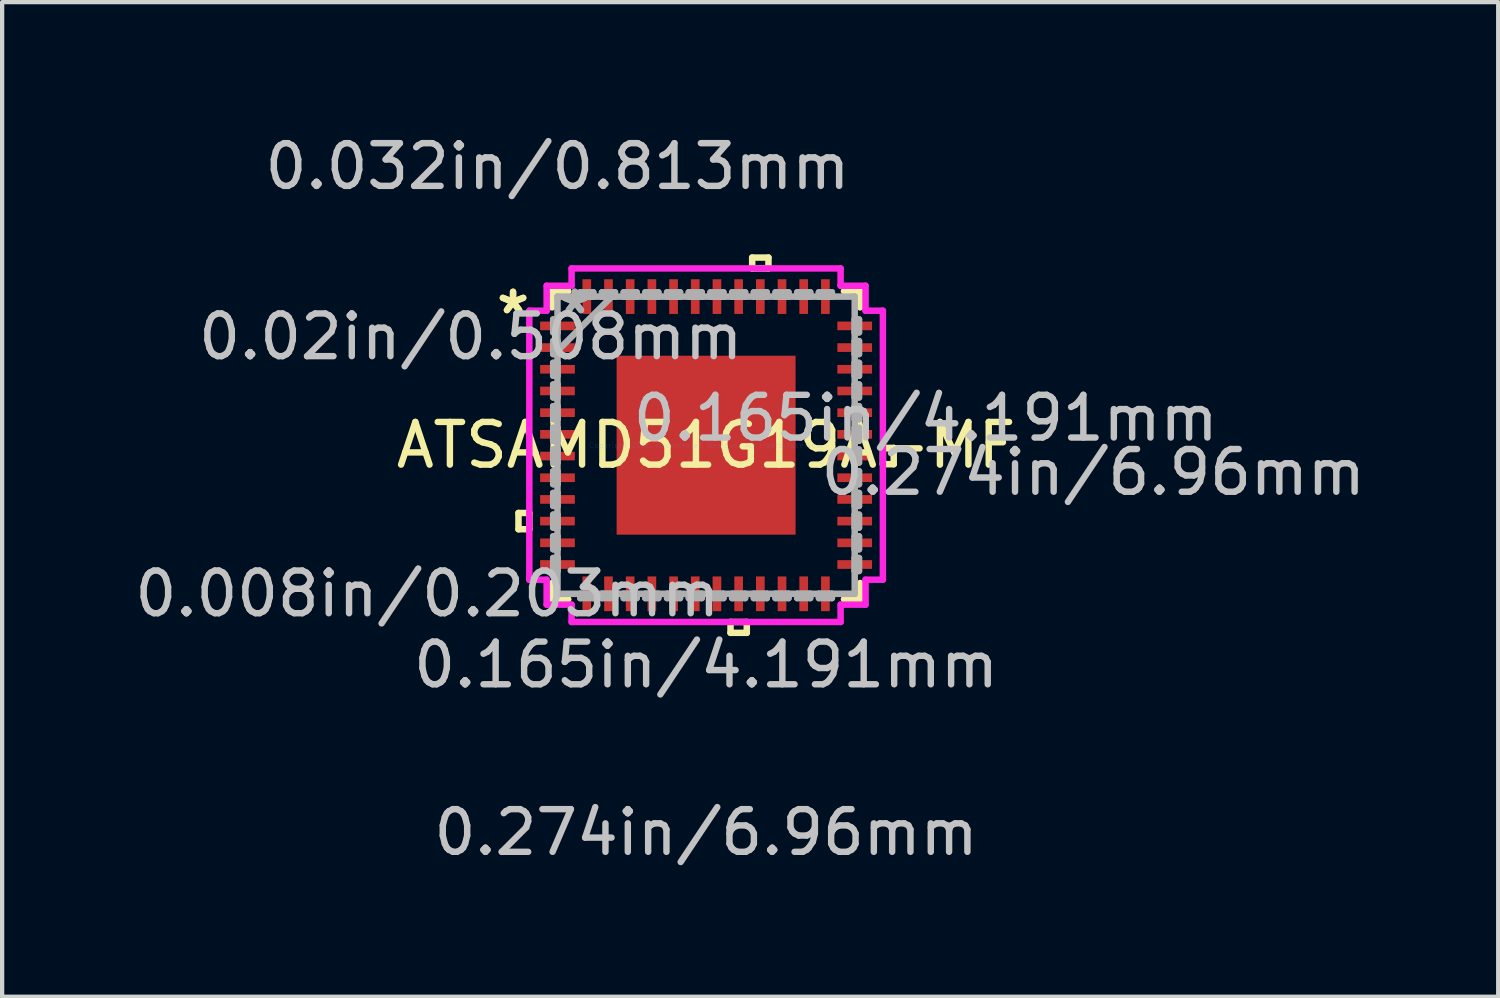
<source format=kicad_pcb>
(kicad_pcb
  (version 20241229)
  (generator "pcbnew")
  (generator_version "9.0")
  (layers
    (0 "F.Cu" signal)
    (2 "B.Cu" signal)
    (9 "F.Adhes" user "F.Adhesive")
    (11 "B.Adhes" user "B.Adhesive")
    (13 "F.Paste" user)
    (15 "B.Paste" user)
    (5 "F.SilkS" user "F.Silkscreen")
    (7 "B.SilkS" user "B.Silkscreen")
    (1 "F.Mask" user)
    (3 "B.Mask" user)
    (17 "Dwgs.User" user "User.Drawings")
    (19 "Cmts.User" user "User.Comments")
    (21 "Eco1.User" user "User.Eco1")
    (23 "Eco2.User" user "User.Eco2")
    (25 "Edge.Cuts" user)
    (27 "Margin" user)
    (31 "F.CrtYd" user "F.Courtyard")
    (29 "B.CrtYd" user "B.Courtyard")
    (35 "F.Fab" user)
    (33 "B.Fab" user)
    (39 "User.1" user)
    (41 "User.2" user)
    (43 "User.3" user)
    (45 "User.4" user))
  (footprint "ATSAMD51G19A-MF"
    (layer "F.Cu")
    (at 13.486 7.376)
    (property "Reference" "ATSAMD51G19A-MF" (at 0 0 0) (layer "F.SilkS") (effects (font (size 1 1) (thickness 0.15))))
    (attr through_hole)
    (fp_line (start -4.394 1.587) (end -4.394 1.968) (stroke (width 0.152) (type solid)) (layer "F.SilkS"))
    (fp_line (start -4.394 1.968) (end -4.14 1.968) (stroke (width 0.152) (type solid)) (layer "F.SilkS"))
    (fp_line (start -4.14 1.587) (end -4.394 1.587) (stroke (width 0.152) (type solid)) (layer "F.SilkS"))
    (fp_line (start -4.14 1.968) (end -4.14 1.587) (stroke (width 0.152) (type solid)) (layer "F.SilkS"))
    (fp_line (start -3.607 -3.607) (end -3.607 -3.228) (stroke (width 0.152) (type solid)) (layer "F.SilkS"))
    (fp_line (start -3.607 3.228) (end -3.607 3.607) (stroke (width 0.152) (type solid)) (layer "F.SilkS"))
    (fp_line (start -3.607 3.607) (end -3.228 3.607) (stroke (width 0.152) (type solid)) (layer "F.SilkS"))
    (fp_line (start -3.228 -3.607) (end -3.607 -3.607) (stroke (width 0.152) (type solid)) (layer "F.SilkS"))
    (fp_line (start 0.572 4.14) (end 0.572 4.394) (stroke (width 0.152) (type solid)) (layer "F.SilkS"))
    (fp_line (start 0.572 4.394) (end 0.953 4.394) (stroke (width 0.152) (type solid)) (layer "F.SilkS"))
    (fp_line (start 0.953 4.14) (end 0.572 4.14) (stroke (width 0.152) (type solid)) (layer "F.SilkS"))
    (fp_line (start 0.953 4.394) (end 0.953 4.14) (stroke (width 0.152) (type solid)) (layer "F.SilkS"))
    (fp_line (start 1.079 -4.394) (end 1.46 -4.394) (stroke (width 0.152) (type solid)) (layer "F.SilkS"))
    (fp_line (start 1.079 -4.14) (end 1.079 -4.394) (stroke (width 0.152) (type solid)) (layer "F.SilkS"))
    (fp_line (start 1.46 -4.394) (end 1.46 -4.14) (stroke (width 0.152) (type solid)) (layer "F.SilkS"))
    (fp_line (start 1.46 -4.14) (end 1.079 -4.14) (stroke (width 0.152) (type solid)) (layer "F.SilkS"))
    (fp_line (start 3.228 3.607) (end 3.607 3.607) (stroke (width 0.152) (type solid)) (layer "F.SilkS"))
    (fp_line (start 3.607 -3.607) (end 3.228 -3.607) (stroke (width 0.152) (type solid)) (layer "F.SilkS"))
    (fp_line (start 3.607 -3.228) (end 3.607 -3.607) (stroke (width 0.152) (type solid)) (layer "F.SilkS"))
    (fp_line (start 3.607 3.607) (end 3.607 3.228) (stroke (width 0.152) (type solid)) (layer "F.SilkS"))
    (fp_line (start 4.14 0.064) (end 4.394 0.064) (stroke (width 0.152) (type solid)) (layer "F.SilkS"))
    (fp_line (start 4.14 0.445) (end 4.14 0.064) (stroke (width 0.152) (type solid)) (layer "F.SilkS"))
    (fp_line (start 4.394 0.064) (end 4.394 0.445) (stroke (width 0.152) (type solid)) (layer "F.SilkS"))
    (fp_line (start 4.394 0.445) (end 4.14 0.445) (stroke (width 0.152) (type solid)) (layer "F.SilkS"))
    (fp_line (start -1.996 -1.996) (end -1.996 -0.798) (stroke (width 0.152) (type solid)) (layer "F.Paste"))
    (fp_line (start -1.996 -0.798) (end -0.798 -0.798) (stroke (width 0.152) (type solid)) (layer "F.Paste"))
    (fp_line (start -1.996 -0.599) (end -1.996 0.599) (stroke (width 0.152) (type solid)) (layer "F.Paste"))
    (fp_line (start -1.996 0.599) (end -0.798 0.599) (stroke (width 0.152) (type solid)) (layer "F.Paste"))
    (fp_line (start -1.996 0.798) (end -1.996 1.996) (stroke (width 0.152) (type solid)) (layer "F.Paste"))
    (fp_line (start -1.996 1.996) (end -0.798 1.996) (stroke (width 0.152) (type solid)) (layer "F.Paste"))
    (fp_line (start -0.798 -1.996) (end -1.996 -1.996) (stroke (width 0.152) (type solid)) (layer "F.Paste"))
    (fp_line (start -0.798 -0.798) (end -0.798 -1.996) (stroke (width 0.152) (type solid)) (layer "F.Paste"))
    (fp_line (start -0.798 -0.599) (end -1.996 -0.599) (stroke (width 0.152) (type solid)) (layer "F.Paste"))
    (fp_line (start -0.798 0.599) (end -0.798 -0.599) (stroke (width 0.152) (type solid)) (layer "F.Paste"))
    (fp_line (start -0.798 0.798) (end -1.996 0.798) (stroke (width 0.152) (type solid)) (layer "F.Paste"))
    (fp_line (start -0.798 1.996) (end -0.798 0.798) (stroke (width 0.152) (type solid)) (layer "F.Paste"))
    (fp_line (start -0.599 -1.996) (end -0.599 -0.798) (stroke (width 0.152) (type solid)) (layer "F.Paste"))
    (fp_line (start -0.599 -0.798) (end 0.599 -0.798) (stroke (width 0.152) (type solid)) (layer "F.Paste"))
    (fp_line (start -0.599 -0.599) (end -0.599 0.599) (stroke (width 0.152) (type solid)) (layer "F.Paste"))
    (fp_line (start -0.599 0.599) (end 0.599 0.599) (stroke (width 0.152) (type solid)) (layer "F.Paste"))
    (fp_line (start -0.599 0.798) (end -0.599 1.996) (stroke (width 0.152) (type solid)) (layer "F.Paste"))
    (fp_line (start -0.599 1.996) (end 0.599 1.996) (stroke (width 0.152) (type solid)) (layer "F.Paste"))
    (fp_line (start 0.599 -1.996) (end -0.599 -1.996) (stroke (width 0.152) (type solid)) (layer "F.Paste"))
    (fp_line (start 0.599 -0.798) (end 0.599 -1.996) (stroke (width 0.152) (type solid)) (layer "F.Paste"))
    (fp_line (start 0.599 -0.599) (end -0.599 -0.599) (stroke (width 0.152) (type solid)) (layer "F.Paste"))
    (fp_line (start 0.599 0.599) (end 0.599 -0.599) (stroke (width 0.152) (type solid)) (layer "F.Paste"))
    (fp_line (start 0.599 0.798) (end -0.599 0.798) (stroke (width 0.152) (type solid)) (layer "F.Paste"))
    (fp_line (start 0.599 1.996) (end 0.599 0.798) (stroke (width 0.152) (type solid)) (layer "F.Paste"))
    (fp_line (start 0.798 -1.996) (end 0.798 -0.798) (stroke (width 0.152) (type solid)) (layer "F.Paste"))
    (fp_line (start 0.798 -0.798) (end 1.996 -0.798) (stroke (width 0.152) (type solid)) (layer "F.Paste"))
    (fp_line (start 0.798 -0.599) (end 0.798 0.599) (stroke (width 0.152) (type solid)) (layer "F.Paste"))
    (fp_line (start 0.798 0.599) (end 1.996 0.599) (stroke (width 0.152) (type solid)) (layer "F.Paste"))
    (fp_line (start 0.798 0.798) (end 0.798 1.996) (stroke (width 0.152) (type solid)) (layer "F.Paste"))
    (fp_line (start 0.798 1.996) (end 1.996 1.996) (stroke (width 0.152) (type solid)) (layer "F.Paste"))
    (fp_line (start 1.996 -1.996) (end 0.798 -1.996) (stroke (width 0.152) (type solid)) (layer "F.Paste"))
    (fp_line (start 1.996 -0.798) (end 1.996 -1.996) (stroke (width 0.152) (type solid)) (layer "F.Paste"))
    (fp_line (start 1.996 -0.599) (end 0.798 -0.599) (stroke (width 0.152) (type solid)) (layer "F.Paste"))
    (fp_line (start 1.996 0.599) (end 1.996 -0.599) (stroke (width 0.152) (type solid)) (layer "F.Paste"))
    (fp_line (start 1.996 0.798) (end 0.798 0.798) (stroke (width 0.152) (type solid)) (layer "F.Paste"))
    (fp_line (start 1.996 1.996) (end 1.996 0.798) (stroke (width 0.152) (type solid)) (layer "F.Paste"))
    (fp_line (start -4.14 -3.15) (end -3.734 -3.15) (stroke (width 0.152) (type solid)) (layer "F.CrtYd"))
    (fp_line (start -4.14 3.15) (end -4.14 -3.15) (stroke (width 0.152) (type solid)) (layer "F.CrtYd"))
    (fp_line (start -3.734 -3.734) (end -3.15 -3.734) (stroke (width 0.152) (type solid)) (layer "F.CrtYd"))
    (fp_line (start -3.734 -3.15) (end -3.734 -3.734) (stroke (width 0.152) (type solid)) (layer "F.CrtYd"))
    (fp_line (start -3.734 3.15) (end -4.14 3.15) (stroke (width 0.152) (type solid)) (layer "F.CrtYd"))
    (fp_line (start -3.734 3.734) (end -3.734 3.15) (stroke (width 0.152) (type solid)) (layer "F.CrtYd"))
    (fp_line (start -3.15 -4.14) (end 3.15 -4.14) (stroke (width 0.152) (type solid)) (layer "F.CrtYd"))
    (fp_line (start -3.15 -3.734) (end -3.15 -4.14) (stroke (width 0.152) (type solid)) (layer "F.CrtYd"))
    (fp_line (start -3.15 3.734) (end -3.734 3.734) (stroke (width 0.152) (type solid)) (layer "F.CrtYd"))
    (fp_line (start -3.15 4.14) (end -3.15 3.734) (stroke (width 0.152) (type solid)) (layer "F.CrtYd"))
    (fp_line (start 3.15 -4.14) (end 3.15 -3.734) (stroke (width 0.152) (type solid)) (layer "F.CrtYd"))
    (fp_line (start 3.15 -3.734) (end 3.734 -3.734) (stroke (width 0.152) (type solid)) (layer "F.CrtYd"))
    (fp_line (start 3.15 3.734) (end 3.15 4.14) (stroke (width 0.152) (type solid)) (layer "F.CrtYd"))
    (fp_line (start 3.15 4.14) (end -3.15 4.14) (stroke (width 0.152) (type solid)) (layer "F.CrtYd"))
    (fp_line (start 3.734 -3.734) (end 3.734 -3.15) (stroke (width 0.152) (type solid)) (layer "F.CrtYd"))
    (fp_line (start 3.734 -3.15) (end 4.14 -3.15) (stroke (width 0.152) (type solid)) (layer "F.CrtYd"))
    (fp_line (start 3.734 3.15) (end 3.734 3.734) (stroke (width 0.152) (type solid)) (layer "F.CrtYd"))
    (fp_line (start 3.734 3.734) (end 3.15 3.734) (stroke (width 0.152) (type solid)) (layer "F.CrtYd"))
    (fp_line (start 4.14 -3.15) (end 4.14 3.15) (stroke (width 0.152) (type solid)) (layer "F.CrtYd"))
    (fp_line (start 4.14 3.15) (end 3.734 3.15) (stroke (width 0.152) (type solid)) (layer "F.CrtYd"))
    (fp_line (start -3.581 -2.946) (end -3.581 -2.642) (stroke (width 0.152) (type solid)) (layer "F.Fab"))
    (fp_line (start -3.581 -2.642) (end -3.48 -2.642) (stroke (width 0.152) (type solid)) (layer "F.Fab"))
    (fp_line (start -3.581 -2.438) (end -3.581 -2.134) (stroke (width 0.152) (type solid)) (layer "F.Fab"))
    (fp_line (start -3.581 -2.134) (end -3.48 -2.134) (stroke (width 0.152) (type solid)) (layer "F.Fab"))
    (fp_line (start -3.581 -1.93) (end -3.581 -1.626) (stroke (width 0.152) (type solid)) (layer "F.Fab"))
    (fp_line (start -3.581 -1.626) (end -3.48 -1.626) (stroke (width 0.152) (type solid)) (layer "F.Fab"))
    (fp_line (start -3.581 -1.422) (end -3.581 -1.118) (stroke (width 0.152) (type solid)) (layer "F.Fab"))
    (fp_line (start -3.581 -1.118) (end -3.48 -1.118) (stroke (width 0.152) (type solid)) (layer "F.Fab"))
    (fp_line (start -3.581 -0.914) (end -3.581 -0.61) (stroke (width 0.152) (type solid)) (layer "F.Fab"))
    (fp_line (start -3.581 -0.61) (end -3.48 -0.61) (stroke (width 0.152) (type solid)) (layer "F.Fab"))
    (fp_line (start -3.581 -0.406) (end -3.581 -0.102) (stroke (width 0.152) (type solid)) (layer "F.Fab"))
    (fp_line (start -3.581 -0.102) (end -3.48 -0.102) (stroke (width 0.152) (type solid)) (layer "F.Fab"))
    (fp_line (start -3.581 0.102) (end -3.581 0.406) (stroke (width 0.152) (type solid)) (layer "F.Fab"))
    (fp_line (start -3.581 0.406) (end -3.48 0.406) (stroke (width 0.152) (type solid)) (layer "F.Fab"))
    (fp_line (start -3.581 0.61) (end -3.581 0.914) (stroke (width 0.152) (type solid)) (layer "F.Fab"))
    (fp_line (start -3.581 0.914) (end -3.48 0.914) (stroke (width 0.152) (type solid)) (layer "F.Fab"))
    (fp_line (start -3.581 1.118) (end -3.581 1.422) (stroke (width 0.152) (type solid)) (layer "F.Fab"))
    (fp_line (start -3.581 1.422) (end -3.48 1.422) (stroke (width 0.152) (type solid)) (layer "F.Fab"))
    (fp_line (start -3.581 1.626) (end -3.581 1.93) (stroke (width 0.152) (type solid)) (layer "F.Fab"))
    (fp_line (start -3.581 1.93) (end -3.48 1.93) (stroke (width 0.152) (type solid)) (layer "F.Fab"))
    (fp_line (start -3.581 2.134) (end -3.581 2.438) (stroke (width 0.152) (type solid)) (layer "F.Fab"))
    (fp_line (start -3.581 2.438) (end -3.48 2.438) (stroke (width 0.152) (type solid)) (layer "F.Fab"))
    (fp_line (start -3.581 2.642) (end -3.581 2.946) (stroke (width 0.152) (type solid)) (layer "F.Fab"))
    (fp_line (start -3.581 2.946) (end -3.48 2.946) (stroke (width 0.152) (type solid)) (layer "F.Fab"))
    (fp_line (start -3.48 -3.48) (end -3.48 -3.48) (stroke (width 0.152) (type solid)) (layer "F.Fab"))
    (fp_line (start -3.48 -3.48) (end -3.48 3.48) (stroke (width 0.152) (type solid)) (layer "F.Fab"))
    (fp_line (start -3.48 -2.946) (end -3.581 -2.946) (stroke (width 0.152) (type solid)) (layer "F.Fab"))
    (fp_line (start -3.48 -2.642) (end -3.48 -2.946) (stroke (width 0.152) (type solid)) (layer "F.Fab"))
    (fp_line (start -3.48 -2.438) (end -3.581 -2.438) (stroke (width 0.152) (type solid)) (layer "F.Fab"))
    (fp_line (start -3.48 -2.21) (end -2.21 -3.48) (stroke (width 0.152) (type solid)) (layer "F.Fab"))
    (fp_line (start -3.48 -2.134) (end -3.48 -2.438) (stroke (width 0.152) (type solid)) (layer "F.Fab"))
    (fp_line (start -3.48 -1.93) (end -3.581 -1.93) (stroke (width 0.152) (type solid)) (layer "F.Fab"))
    (fp_line (start -3.48 -1.626) (end -3.48 -1.93) (stroke (width 0.152) (type solid)) (layer "F.Fab"))
    (fp_line (start -3.48 -1.422) (end -3.581 -1.422) (stroke (width 0.152) (type solid)) (layer "F.Fab"))
    (fp_line (start -3.48 -1.118) (end -3.48 -1.422) (stroke (width 0.152) (type solid)) (layer "F.Fab"))
    (fp_line (start -3.48 -0.914) (end -3.581 -0.914) (stroke (width 0.152) (type solid)) (layer "F.Fab"))
    (fp_line (start -3.48 -0.61) (end -3.48 -0.914) (stroke (width 0.152) (type solid)) (layer "F.Fab"))
    (fp_line (start -3.48 -0.406) (end -3.581 -0.406) (stroke (width 0.152) (type solid)) (layer "F.Fab"))
    (fp_line (start -3.48 -0.102) (end -3.48 -0.406) (stroke (width 0.152) (type solid)) (layer "F.Fab"))
    (fp_line (start -3.48 0.102) (end -3.581 0.102) (stroke (width 0.152) (type solid)) (layer "F.Fab"))
    (fp_line (start -3.48 0.406) (end -3.48 0.102) (stroke (width 0.152) (type solid)) (layer "F.Fab"))
    (fp_line (start -3.48 0.61) (end -3.581 0.61) (stroke (width 0.152) (type solid)) (layer "F.Fab"))
    (fp_line (start -3.48 0.914) (end -3.48 0.61) (stroke (width 0.152) (type solid)) (layer "F.Fab"))
    (fp_line (start -3.48 1.118) (end -3.581 1.118) (stroke (width 0.152) (type solid)) (layer "F.Fab"))
    (fp_line (start -3.48 1.422) (end -3.48 1.118) (stroke (width 0.152) (type solid)) (layer "F.Fab"))
    (fp_line (start -3.48 1.626) (end -3.581 1.626) (stroke (width 0.152) (type solid)) (layer "F.Fab"))
    (fp_line (start -3.48 1.93) (end -3.48 1.626) (stroke (width 0.152) (type solid)) (layer "F.Fab"))
    (fp_line (start -3.48 2.134) (end -3.581 2.134) (stroke (width 0.152) (type solid)) (layer "F.Fab"))
    (fp_line (start -3.48 2.438) (end -3.48 2.134) (stroke (width 0.152) (type solid)) (layer "F.Fab"))
    (fp_line (start -3.48 2.642) (end -3.581 2.642) (stroke (width 0.152) (type solid)) (layer "F.Fab"))
    (fp_line (start -3.48 2.946) (end -3.48 2.642) (stroke (width 0.152) (type solid)) (layer "F.Fab"))
    (fp_line (start -3.48 3.48) (end -3.48 3.48) (stroke (width 0.152) (type solid)) (layer "F.Fab"))
    (fp_line (start -3.48 3.48) (end 3.48 3.48) (stroke (width 0.152) (type solid)) (layer "F.Fab"))
    (fp_line (start -2.946 -3.581) (end -2.946 -3.48) (stroke (width 0.152) (type solid)) (layer "F.Fab"))
    (fp_line (start -2.946 -3.48) (end -2.642 -3.48) (stroke (width 0.152) (type solid)) (layer "F.Fab"))
    (fp_line (start -2.946 3.48) (end -2.946 3.581) (stroke (width 0.152) (type solid)) (layer "F.Fab"))
    (fp_line (start -2.946 3.581) (end -2.642 3.581) (stroke (width 0.152) (type solid)) (layer "F.Fab"))
    (fp_line (start -2.642 -3.581) (end -2.946 -3.581) (stroke (width 0.152) (type solid)) (layer "F.Fab"))
    (fp_line (start -2.642 -3.48) (end -2.642 -3.581) (stroke (width 0.152) (type solid)) (layer "F.Fab"))
    (fp_line (start -2.642 3.48) (end -2.946 3.48) (stroke (width 0.152) (type solid)) (layer "F.Fab"))
    (fp_line (start -2.642 3.581) (end -2.642 3.48) (stroke (width 0.152) (type solid)) (layer "F.Fab"))
    (fp_line (start -2.438 -3.581) (end -2.438 -3.48) (stroke (width 0.152) (type solid)) (layer "F.Fab"))
    (fp_line (start -2.438 -3.48) (end -2.134 -3.48) (stroke (width 0.152) (type solid)) (layer "F.Fab"))
    (fp_line (start -2.438 3.48) (end -2.438 3.581) (stroke (width 0.152) (type solid)) (layer "F.Fab"))
    (fp_line (start -2.438 3.581) (end -2.134 3.581) (stroke (width 0.152) (type solid)) (layer "F.Fab"))
    (fp_line (start -2.134 -3.581) (end -2.438 -3.581) (stroke (width 0.152) (type solid)) (layer "F.Fab"))
    (fp_line (start -2.134 -3.48) (end -2.134 -3.581) (stroke (width 0.152) (type solid)) (layer "F.Fab"))
    (fp_line (start -2.134 3.48) (end -2.438 3.48) (stroke (width 0.152) (type solid)) (layer "F.Fab"))
    (fp_line (start -2.134 3.581) (end -2.134 3.48) (stroke (width 0.152) (type solid)) (layer "F.Fab"))
    (fp_line (start -1.93 -3.581) (end -1.93 -3.48) (stroke (width 0.152) (type solid)) (layer "F.Fab"))
    (fp_line (start -1.93 -3.48) (end -1.626 -3.48) (stroke (width 0.152) (type solid)) (layer "F.Fab"))
    (fp_line (start -1.93 3.48) (end -1.93 3.581) (stroke (width 0.152) (type solid)) (layer "F.Fab"))
    (fp_line (start -1.93 3.581) (end -1.626 3.581) (stroke (width 0.152) (type solid)) (layer "F.Fab"))
    (fp_line (start -1.626 -3.581) (end -1.93 -3.581) (stroke (width 0.152) (type solid)) (layer "F.Fab"))
    (fp_line (start -1.626 -3.48) (end -1.626 -3.581) (stroke (width 0.152) (type solid)) (layer "F.Fab"))
    (fp_line (start -1.626 3.48) (end -1.93 3.48) (stroke (width 0.152) (type solid)) (layer "F.Fab"))
    (fp_line (start -1.626 3.581) (end -1.626 3.48) (stroke (width 0.152) (type solid)) (layer "F.Fab"))
    (fp_line (start -1.422 -3.581) (end -1.422 -3.48) (stroke (width 0.152) (type solid)) (layer "F.Fab"))
    (fp_line (start -1.422 -3.48) (end -1.118 -3.48) (stroke (width 0.152) (type solid)) (layer "F.Fab"))
    (fp_line (start -1.422 3.48) (end -1.422 3.581) (stroke (width 0.152) (type solid)) (layer "F.Fab"))
    (fp_line (start -1.422 3.581) (end -1.118 3.581) (stroke (width 0.152) (type solid)) (layer "F.Fab"))
    (fp_line (start -1.118 -3.581) (end -1.422 -3.581) (stroke (width 0.152) (type solid)) (layer "F.Fab"))
    (fp_line (start -1.118 -3.48) (end -1.118 -3.581) (stroke (width 0.152) (type solid)) (layer "F.Fab"))
    (fp_line (start -1.118 3.48) (end -1.422 3.48) (stroke (width 0.152) (type solid)) (layer "F.Fab"))
    (fp_line (start -1.118 3.581) (end -1.118 3.48) (stroke (width 0.152) (type solid)) (layer "F.Fab"))
    (fp_line (start -0.914 -3.581) (end -0.914 -3.48) (stroke (width 0.152) (type solid)) (layer "F.Fab"))
    (fp_line (start -0.914 -3.48) (end -0.61 -3.48) (stroke (width 0.152) (type solid)) (layer "F.Fab"))
    (fp_line (start -0.914 3.48) (end -0.914 3.581) (stroke (width 0.152) (type solid)) (layer "F.Fab"))
    (fp_line (start -0.914 3.581) (end -0.61 3.581) (stroke (width 0.152) (type solid)) (layer "F.Fab"))
    (fp_line (start -0.61 -3.581) (end -0.914 -3.581) (stroke (width 0.152) (type solid)) (layer "F.Fab"))
    (fp_line (start -0.61 -3.48) (end -0.61 -3.581) (stroke (width 0.152) (type solid)) (layer "F.Fab"))
    (fp_line (start -0.61 3.48) (end -0.914 3.48) (stroke (width 0.152) (type solid)) (layer "F.Fab"))
    (fp_line (start -0.61 3.581) (end -0.61 3.48) (stroke (width 0.152) (type solid)) (layer "F.Fab"))
    (fp_line (start -0.406 -3.581) (end -0.406 -3.48) (stroke (width 0.152) (type solid)) (layer "F.Fab"))
    (fp_line (start -0.406 -3.48) (end -0.102 -3.48) (stroke (width 0.152) (type solid)) (layer "F.Fab"))
    (fp_line (start -0.406 3.48) (end -0.406 3.581) (stroke (width 0.152) (type solid)) (layer "F.Fab"))
    (fp_line (start -0.406 3.581) (end -0.102 3.581) (stroke (width 0.152) (type solid)) (layer "F.Fab"))
    (fp_line (start -0.102 -3.581) (end -0.406 -3.581) (stroke (width 0.152) (type solid)) (layer "F.Fab"))
    (fp_line (start -0.102 -3.48) (end -0.102 -3.581) (stroke (width 0.152) (type solid)) (layer "F.Fab"))
    (fp_line (start -0.102 3.48) (end -0.406 3.48) (stroke (width 0.152) (type solid)) (layer "F.Fab"))
    (fp_line (start -0.102 3.581) (end -0.102 3.48) (stroke (width 0.152) (type solid)) (layer "F.Fab"))
    (fp_line (start 0.102 -3.581) (end 0.102 -3.48) (stroke (width 0.152) (type solid)) (layer "F.Fab"))
    (fp_line (start 0.102 -3.48) (end 0.406 -3.48) (stroke (width 0.152) (type solid)) (layer "F.Fab"))
    (fp_line (start 0.102 3.48) (end 0.102 3.581) (stroke (width 0.152) (type solid)) (layer "F.Fab"))
    (fp_line (start 0.102 3.581) (end 0.406 3.581) (stroke (width 0.152) (type solid)) (layer "F.Fab"))
    (fp_line (start 0.406 -3.581) (end 0.102 -3.581) (stroke (width 0.152) (type solid)) (layer "F.Fab"))
    (fp_line (start 0.406 -3.48) (end 0.406 -3.581) (stroke (width 0.152) (type solid)) (layer "F.Fab"))
    (fp_line (start 0.406 3.48) (end 0.102 3.48) (stroke (width 0.152) (type solid)) (layer "F.Fab"))
    (fp_line (start 0.406 3.581) (end 0.406 3.48) (stroke (width 0.152) (type solid)) (layer "F.Fab"))
    (fp_line (start 0.61 -3.581) (end 0.61 -3.48) (stroke (width 0.152) (type solid)) (layer "F.Fab"))
    (fp_line (start 0.61 -3.48) (end 0.914 -3.48) (stroke (width 0.152) (type solid)) (layer "F.Fab"))
    (fp_line (start 0.61 3.48) (end 0.61 3.581) (stroke (width 0.152) (type solid)) (layer "F.Fab"))
    (fp_line (start 0.61 3.581) (end 0.914 3.581) (stroke (width 0.152) (type solid)) (layer "F.Fab"))
    (fp_line (start 0.914 -3.581) (end 0.61 -3.581) (stroke (width 0.152) (type solid)) (layer "F.Fab"))
    (fp_line (start 0.914 -3.48) (end 0.914 -3.581) (stroke (width 0.152) (type solid)) (layer "F.Fab"))
    (fp_line (start 0.914 3.48) (end 0.61 3.48) (stroke (width 0.152) (type solid)) (layer "F.Fab"))
    (fp_line (start 0.914 3.581) (end 0.914 3.48) (stroke (width 0.152) (type solid)) (layer "F.Fab"))
    (fp_line (start 1.118 -3.581) (end 1.118 -3.48) (stroke (width 0.152) (type solid)) (layer "F.Fab"))
    (fp_line (start 1.118 -3.48) (end 1.422 -3.48) (stroke (width 0.152) (type solid)) (layer "F.Fab"))
    (fp_line (start 1.118 3.48) (end 1.118 3.581) (stroke (width 0.152) (type solid)) (layer "F.Fab"))
    (fp_line (start 1.118 3.581) (end 1.422 3.581) (stroke (width 0.152) (type solid)) (layer "F.Fab"))
    (fp_line (start 1.422 -3.581) (end 1.118 -3.581) (stroke (width 0.152) (type solid)) (layer "F.Fab"))
    (fp_line (start 1.422 -3.48) (end 1.422 -3.581) (stroke (width 0.152) (type solid)) (layer "F.Fab"))
    (fp_line (start 1.422 3.48) (end 1.118 3.48) (stroke (width 0.152) (type solid)) (layer "F.Fab"))
    (fp_line (start 1.422 3.581) (end 1.422 3.48) (stroke (width 0.152) (type solid)) (layer "F.Fab"))
    (fp_line (start 1.626 -3.581) (end 1.626 -3.48) (stroke (width 0.152) (type solid)) (layer "F.Fab"))
    (fp_line (start 1.626 -3.48) (end 1.93 -3.48) (stroke (width 0.152) (type solid)) (layer "F.Fab"))
    (fp_line (start 1.626 3.48) (end 1.626 3.581) (stroke (width 0.152) (type solid)) (layer "F.Fab"))
    (fp_line (start 1.626 3.581) (end 1.93 3.581) (stroke (width 0.152) (type solid)) (layer "F.Fab"))
    (fp_line (start 1.93 -3.581) (end 1.626 -3.581) (stroke (width 0.152) (type solid)) (layer "F.Fab"))
    (fp_line (start 1.93 -3.48) (end 1.93 -3.581) (stroke (width 0.152) (type solid)) (layer "F.Fab"))
    (fp_line (start 1.93 3.48) (end 1.626 3.48) (stroke (width 0.152) (type solid)) (layer "F.Fab"))
    (fp_line (start 1.93 3.581) (end 1.93 3.48) (stroke (width 0.152) (type solid)) (layer "F.Fab"))
    (fp_line (start 2.134 -3.581) (end 2.134 -3.48) (stroke (width 0.152) (type solid)) (layer "F.Fab"))
    (fp_line (start 2.134 -3.48) (end 2.438 -3.48) (stroke (width 0.152) (type solid)) (layer "F.Fab"))
    (fp_line (start 2.134 3.48) (end 2.134 3.581) (stroke (width 0.152) (type solid)) (layer "F.Fab"))
    (fp_line (start 2.134 3.581) (end 2.438 3.581) (stroke (width 0.152) (type solid)) (layer "F.Fab"))
    (fp_line (start 2.438 -3.581) (end 2.134 -3.581) (stroke (width 0.152) (type solid)) (layer "F.Fab"))
    (fp_line (start 2.438 -3.48) (end 2.438 -3.581) (stroke (width 0.152) (type solid)) (layer "F.Fab"))
    (fp_line (start 2.438 3.48) (end 2.134 3.48) (stroke (width 0.152) (type solid)) (layer "F.Fab"))
    (fp_line (start 2.438 3.581) (end 2.438 3.48) (stroke (width 0.152) (type solid)) (layer "F.Fab"))
    (fp_line (start 2.642 -3.581) (end 2.642 -3.48) (stroke (width 0.152) (type solid)) (layer "F.Fab"))
    (fp_line (start 2.642 -3.48) (end 2.946 -3.48) (stroke (width 0.152) (type solid)) (layer "F.Fab"))
    (fp_line (start 2.642 3.48) (end 2.642 3.581) (stroke (width 0.152) (type solid)) (layer "F.Fab"))
    (fp_line (start 2.642 3.581) (end 2.946 3.581) (stroke (width 0.152) (type solid)) (layer "F.Fab"))
    (fp_line (start 2.946 -3.581) (end 2.642 -3.581) (stroke (width 0.152) (type solid)) (layer "F.Fab"))
    (fp_line (start 2.946 -3.48) (end 2.946 -3.581) (stroke (width 0.152) (type solid)) (layer "F.Fab"))
    (fp_line (start 2.946 3.48) (end 2.642 3.48) (stroke (width 0.152) (type solid)) (layer "F.Fab"))
    (fp_line (start 2.946 3.581) (end 2.946 3.48) (stroke (width 0.152) (type solid)) (layer "F.Fab"))
    (fp_line (start 3.48 -3.48) (end -3.48 -3.48) (stroke (width 0.152) (type solid)) (layer "F.Fab"))
    (fp_line (start 3.48 -3.48) (end 3.48 -3.48) (stroke (width 0.152) (type solid)) (layer "F.Fab"))
    (fp_line (start 3.48 -2.946) (end 3.48 -2.642) (stroke (width 0.152) (type solid)) (layer "F.Fab"))
    (fp_line (start 3.48 -2.642) (end 3.581 -2.642) (stroke (width 0.152) (type solid)) (layer "F.Fab"))
    (fp_line (start 3.48 -2.438) (end 3.48 -2.134) (stroke (width 0.152) (type solid)) (layer "F.Fab"))
    (fp_line (start 3.48 -2.134) (end 3.581 -2.134) (stroke (width 0.152) (type solid)) (layer "F.Fab"))
    (fp_line (start 3.48 -1.93) (end 3.48 -1.626) (stroke (width 0.152) (type solid)) (layer "F.Fab"))
    (fp_line (start 3.48 -1.626) (end 3.581 -1.626) (stroke (width 0.152) (type solid)) (layer "F.Fab"))
    (fp_line (start 3.48 -1.422) (end 3.48 -1.118) (stroke (width 0.152) (type solid)) (layer "F.Fab"))
    (fp_line (start 3.48 -1.118) (end 3.581 -1.118) (stroke (width 0.152) (type solid)) (layer "F.Fab"))
    (fp_line (start 3.48 -0.914) (end 3.48 -0.61) (stroke (width 0.152) (type solid)) (layer "F.Fab"))
    (fp_line (start 3.48 -0.61) (end 3.581 -0.61) (stroke (width 0.152) (type solid)) (layer "F.Fab"))
    (fp_line (start 3.48 -0.406) (end 3.48 -0.102) (stroke (width 0.152) (type solid)) (layer "F.Fab"))
    (fp_line (start 3.48 -0.102) (end 3.581 -0.102) (stroke (width 0.152) (type solid)) (layer "F.Fab"))
    (fp_line (start 3.48 0.102) (end 3.48 0.406) (stroke (width 0.152) (type solid)) (layer "F.Fab"))
    (fp_line (start 3.48 0.406) (end 3.581 0.406) (stroke (width 0.152) (type solid)) (layer "F.Fab"))
    (fp_line (start 3.48 0.61) (end 3.48 0.914) (stroke (width 0.152) (type solid)) (layer "F.Fab"))
    (fp_line (start 3.48 0.914) (end 3.581 0.914) (stroke (width 0.152) (type solid)) (layer "F.Fab"))
    (fp_line (start 3.48 1.118) (end 3.48 1.422) (stroke (width 0.152) (type solid)) (layer "F.Fab"))
    (fp_line (start 3.48 1.422) (end 3.581 1.422) (stroke (width 0.152) (type solid)) (layer "F.Fab"))
    (fp_line (start 3.48 1.626) (end 3.48 1.93) (stroke (width 0.152) (type solid)) (layer "F.Fab"))
    (fp_line (start 3.48 1.93) (end 3.581 1.93) (stroke (width 0.152) (type solid)) (layer "F.Fab"))
    (fp_line (start 3.48 2.134) (end 3.48 2.438) (stroke (width 0.152) (type solid)) (layer "F.Fab"))
    (fp_line (start 3.48 2.438) (end 3.581 2.438) (stroke (width 0.152) (type solid)) (layer "F.Fab"))
    (fp_line (start 3.48 2.642) (end 3.48 2.946) (stroke (width 0.152) (type solid)) (layer "F.Fab"))
    (fp_line (start 3.48 2.946) (end 3.581 2.946) (stroke (width 0.152) (type solid)) (layer "F.Fab"))
    (fp_line (start 3.48 3.48) (end 3.48 -3.48) (stroke (width 0.152) (type solid)) (layer "F.Fab"))
    (fp_line (start 3.48 3.48) (end 3.48 3.48) (stroke (width 0.152) (type solid)) (layer "F.Fab"))
    (fp_line (start 3.581 -2.946) (end 3.48 -2.946) (stroke (width 0.152) (type solid)) (layer "F.Fab"))
    (fp_line (start 3.581 -2.642) (end 3.581 -2.946) (stroke (width 0.152) (type solid)) (layer "F.Fab"))
    (fp_line (start 3.581 -2.438) (end 3.48 -2.438) (stroke (width 0.152) (type solid)) (layer "F.Fab"))
    (fp_line (start 3.581 -2.134) (end 3.581 -2.438) (stroke (width 0.152) (type solid)) (layer "F.Fab"))
    (fp_line (start 3.581 -1.93) (end 3.48 -1.93) (stroke (width 0.152) (type solid)) (layer "F.Fab"))
    (fp_line (start 3.581 -1.626) (end 3.581 -1.93) (stroke (width 0.152) (type solid)) (layer "F.Fab"))
    (fp_line (start 3.581 -1.422) (end 3.48 -1.422) (stroke (width 0.152) (type solid)) (layer "F.Fab"))
    (fp_line (start 3.581 -1.118) (end 3.581 -1.422) (stroke (width 0.152) (type solid)) (layer "F.Fab"))
    (fp_line (start 3.581 -0.914) (end 3.48 -0.914) (stroke (width 0.152) (type solid)) (layer "F.Fab"))
    (fp_line (start 3.581 -0.61) (end 3.581 -0.914) (stroke (width 0.152) (type solid)) (layer "F.Fab"))
    (fp_line (start 3.581 -0.406) (end 3.48 -0.406) (stroke (width 0.152) (type solid)) (layer "F.Fab"))
    (fp_line (start 3.581 -0.102) (end 3.581 -0.406) (stroke (width 0.152) (type solid)) (layer "F.Fab"))
    (fp_line (start 3.581 0.102) (end 3.48 0.102) (stroke (width 0.152) (type solid)) (layer "F.Fab"))
    (fp_line (start 3.581 0.406) (end 3.581 0.102) (stroke (width 0.152) (type solid)) (layer "F.Fab"))
    (fp_line (start 3.581 0.61) (end 3.48 0.61) (stroke (width 0.152) (type solid)) (layer "F.Fab"))
    (fp_line (start 3.581 0.914) (end 3.581 0.61) (stroke (width 0.152) (type solid)) (layer "F.Fab"))
    (fp_line (start 3.581 1.118) (end 3.48 1.118) (stroke (width 0.152) (type solid)) (layer "F.Fab"))
    (fp_line (start 3.581 1.422) (end 3.581 1.118) (stroke (width 0.152) (type solid)) (layer "F.Fab"))
    (fp_line (start 3.581 1.626) (end 3.48 1.626) (stroke (width 0.152) (type solid)) (layer "F.Fab"))
    (fp_line (start 3.581 1.93) (end 3.581 1.626) (stroke (width 0.152) (type solid)) (layer "F.Fab"))
    (fp_line (start 3.581 2.134) (end 3.48 2.134) (stroke (width 0.152) (type solid)) (layer "F.Fab"))
    (fp_line (start 3.581 2.438) (end 3.581 2.134) (stroke (width 0.152) (type solid)) (layer "F.Fab"))
    (fp_line (start 3.581 2.642) (end 3.48 2.642) (stroke (width 0.152) (type solid)) (layer "F.Fab"))
    (fp_line (start 3.581 2.946) (end 3.581 2.642) (stroke (width 0.152) (type solid)) (layer "F.Fab"))
    (fp_text user "*" (at -4.521 -3.048 0) (layer "F.SilkS") (effects (font (size 1 1) (thickness 0.15))))
    (fp_text user "*" (at -4.521 -3.048 0) (layer "F.SilkS") (effects (font (size 1 1) (thickness 0.15))))
    (fp_text user "0.274in/6.96mm" (at 0 9.068 0) (layer "Dwgs.User") (effects (font (size 1 1) (thickness 0.15))))
    (fp_text user "0.008in/0.203mm" (at -6.528 3.48 0) (layer "Dwgs.User") (effects (font (size 1 1) (thickness 0.15))))
    (fp_text user "0.032in/0.813mm" (at -3.48 -6.528 0) (layer "Dwgs.User") (effects (font (size 1 1) (thickness 0.15))))
    (fp_text user "0.165in/4.191mm" (at 5.144 -0.635 0) (layer "Dwgs.User") (effects (font (size 1 1) (thickness 0.15))))
    (fp_text user "0.274in/6.96mm" (at 9.068 0.635 0) (layer "Dwgs.User") (effects (font (size 1 1) (thickness 0.15))))
    (fp_text user "0.165in/4.191mm" (at 0 5.144 0) (layer "Dwgs.User") (effects (font (size 1 1) (thickness 0.15))))
    (fp_text user "0.02in/0.508mm" (at -5.512 -2.54 0) (layer "Dwgs.User") (effects (font (size 1 1) (thickness 0.15))))
    (fp_text user "Copyright 2016 Accelerated Designs. All rights reserved." (at 0 0 0) (layer "Cmts.User") (effects (font (size 0.127 0.127) (thickness 0.002))))
    (fp_text user "*" (at -3.073 -3.048 0) (layer "F.Fab") (effects (font (size 1 1) (thickness 0.15))))
    (fp_text user "*" (at -3.073 -3.048 0) (layer "F.Fab") (effects (font (size 1 1) (thickness 0.15))))
    (pad "1" smd rect (at -3.48 -2.794 90) (size 0.203 0.813) (layers "F.Cu" "F.Mask" "F.Paste"))
    (pad "2" smd rect (at -3.48 -2.286 90) (size 0.203 0.813) (layers "F.Cu" "F.Mask" "F.Paste"))
    (pad "3" smd rect (at -3.48 -1.778 90) (size 0.203 0.813) (layers "F.Cu" "F.Mask" "F.Paste"))
    (pad "4" smd rect (at -3.48 -1.27 90) (size 0.203 0.813) (layers "F.Cu" "F.Mask" "F.Paste"))
    (pad "5" smd rect (at -3.48 -0.762 90) (size 0.203 0.813) (layers "F.Cu" "F.Mask" "F.Paste"))
    (pad "6" smd rect (at -3.48 -0.254 90) (size 0.203 0.813) (layers "F.Cu" "F.Mask" "F.Paste"))
    (pad "7" smd rect (at -3.48 0.254 90) (size 0.203 0.813) (layers "F.Cu" "F.Mask" "F.Paste"))
    (pad "8" smd rect (at -3.48 0.762 90) (size 0.203 0.813) (layers "F.Cu" "F.Mask" "F.Paste"))
    (pad "9" smd rect (at -3.48 1.27 90) (size 0.203 0.813) (layers "F.Cu" "F.Mask" "F.Paste"))
    (pad "10" smd rect (at -3.48 1.778 90) (size 0.203 0.813) (layers "F.Cu" "F.Mask" "F.Paste"))
    (pad "11" smd rect (at -3.48 2.286 90) (size 0.203 0.813) (layers "F.Cu" "F.Mask" "F.Paste"))
    (pad "12" smd rect (at -3.48 2.794 90) (size 0.203 0.813) (layers "F.Cu" "F.Mask" "F.Paste"))
    (pad "13" smd rect (at -2.794 3.48) (size 0.203 0.813) (layers "F.Cu" "F.Mask" "F.Paste"))
    (pad "14" smd rect (at -2.286 3.48) (size 0.203 0.813) (layers "F.Cu" "F.Mask" "F.Paste"))
    (pad "15" smd rect (at -1.778 3.48) (size 0.203 0.813) (layers "F.Cu" "F.Mask" "F.Paste"))
    (pad "16" smd rect (at -1.27 3.48) (size 0.203 0.813) (layers "F.Cu" "F.Mask" "F.Paste"))
    (pad "17" smd rect (at -0.762 3.48) (size 0.203 0.813) (layers "F.Cu" "F.Mask" "F.Paste"))
    (pad "18" smd rect (at -0.254 3.48) (size 0.203 0.813) (layers "F.Cu" "F.Mask" "F.Paste"))
    (pad "19" smd rect (at 0.254 3.48) (size 0.203 0.813) (layers "F.Cu" "F.Mask" "F.Paste"))
    (pad "20" smd rect (at 0.762 3.48) (size 0.203 0.813) (layers "F.Cu" "F.Mask" "F.Paste"))
    (pad "21" smd rect (at 1.27 3.48) (size 0.203 0.813) (layers "F.Cu" "F.Mask" "F.Paste"))
    (pad "22" smd rect (at 1.778 3.48) (size 0.203 0.813) (layers "F.Cu" "F.Mask" "F.Paste"))
    (pad "23" smd rect (at 2.286 3.48) (size 0.203 0.813) (layers "F.Cu" "F.Mask" "F.Paste"))
    (pad "24" smd rect (at 2.794 3.48) (size 0.203 0.813) (layers "F.Cu" "F.Mask" "F.Paste"))
    (pad "25" smd rect (at 3.48 2.794 90) (size 0.203 0.813) (layers "F.Cu" "F.Mask" "F.Paste"))
    (pad "26" smd rect (at 3.48 2.286 90) (size 0.203 0.813) (layers "F.Cu" "F.Mask" "F.Paste"))
    (pad "27" smd rect (at 3.48 1.778 90) (size 0.203 0.813) (layers "F.Cu" "F.Mask" "F.Paste"))
    (pad "28" smd rect (at 3.48 1.27 90) (size 0.203 0.813) (layers "F.Cu" "F.Mask" "F.Paste"))
    (pad "29" smd rect (at 3.48 0.762 90) (size 0.203 0.813) (layers "F.Cu" "F.Mask" "F.Paste"))
    (pad "30" smd rect (at 3.48 0.254 90) (size 0.203 0.813) (layers "F.Cu" "F.Mask" "F.Paste"))
    (pad "31" smd rect (at 3.48 -0.254 90) (size 0.203 0.813) (layers "F.Cu" "F.Mask" "F.Paste"))
    (pad "32" smd rect (at 3.48 -0.762 90) (size 0.203 0.813) (layers "F.Cu" "F.Mask" "F.Paste"))
    (pad "33" smd rect (at 3.48 -1.27 90) (size 0.203 0.813) (layers "F.Cu" "F.Mask" "F.Paste"))
    (pad "34" smd rect (at 3.48 -1.778 90) (size 0.203 0.813) (layers "F.Cu" "F.Mask" "F.Paste"))
    (pad "35" smd rect (at 3.48 -2.286 90) (size 0.203 0.813) (layers "F.Cu" "F.Mask" "F.Paste"))
    (pad "36" smd rect (at 3.48 -2.794 90) (size 0.203 0.813) (layers "F.Cu" "F.Mask" "F.Paste"))
    (pad "37" smd rect (at 2.794 -3.48) (size 0.203 0.813) (layers "F.Cu" "F.Mask" "F.Paste"))
    (pad "38" smd rect (at 2.286 -3.48) (size 0.203 0.813) (layers "F.Cu" "F.Mask" "F.Paste"))
    (pad "39" smd rect (at 1.778 -3.48) (size 0.203 0.813) (layers "F.Cu" "F.Mask" "F.Paste"))
    (pad "40" smd rect (at 1.27 -3.48) (size 0.203 0.813) (layers "F.Cu" "F.Mask" "F.Paste"))
    (pad "41" smd rect (at 0.762 -3.48) (size 0.203 0.813) (layers "F.Cu" "F.Mask" "F.Paste"))
    (pad "42" smd rect (at 0.254 -3.48) (size 0.203 0.813) (layers "F.Cu" "F.Mask" "F.Paste"))
    (pad "43" smd rect (at -0.254 -3.48) (size 0.203 0.813) (layers "F.Cu" "F.Mask" "F.Paste"))
    (pad "44" smd rect (at -0.762 -3.48) (size 0.203 0.813) (layers "F.Cu" "F.Mask" "F.Paste"))
    (pad "45" smd rect (at -1.27 -3.48) (size 0.203 0.813) (layers "F.Cu" "F.Mask" "F.Paste"))
    (pad "46" smd rect (at -1.778 -3.48) (size 0.203 0.813) (layers "F.Cu" "F.Mask" "F.Paste"))
    (pad "47" smd rect (at -2.286 -3.48) (size 0.203 0.813) (layers "F.Cu" "F.Mask" "F.Paste"))
    (pad "48" smd rect (at -2.794 -3.48) (size 0.203 0.813) (layers "F.Cu" "F.Mask" "F.Paste"))
    (pad "49" smd rect (at 0 0) (size 4.191 4.191) (layers "F.Cu" "F.Mask" "F.Paste")))
  (gr_rect
    (start -3 -3)
    (end 32.036 20.292)
    (stroke (width 0.1) (type default))
    (fill no)
    (layer "Edge.Cuts")))
</source>
